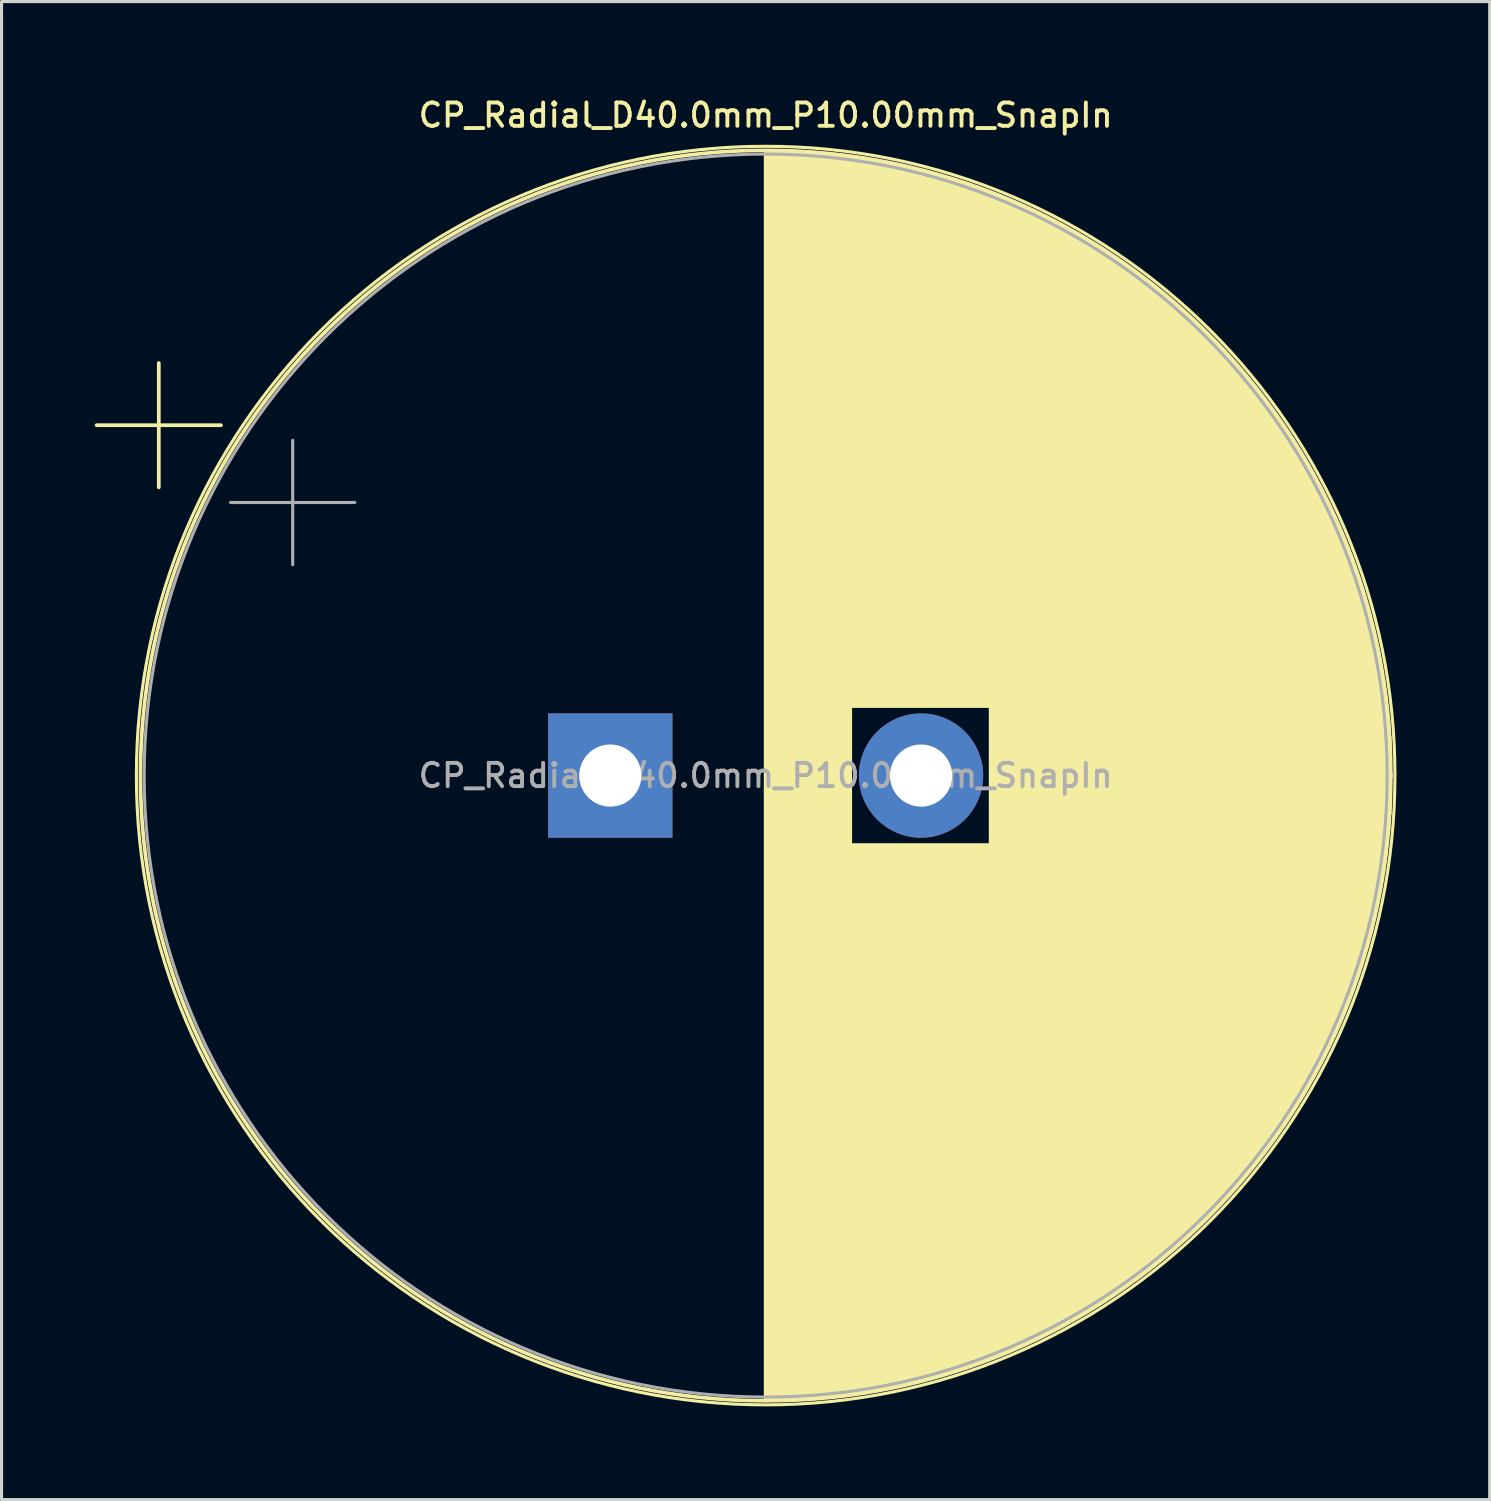
<source format=kicad_pcb>
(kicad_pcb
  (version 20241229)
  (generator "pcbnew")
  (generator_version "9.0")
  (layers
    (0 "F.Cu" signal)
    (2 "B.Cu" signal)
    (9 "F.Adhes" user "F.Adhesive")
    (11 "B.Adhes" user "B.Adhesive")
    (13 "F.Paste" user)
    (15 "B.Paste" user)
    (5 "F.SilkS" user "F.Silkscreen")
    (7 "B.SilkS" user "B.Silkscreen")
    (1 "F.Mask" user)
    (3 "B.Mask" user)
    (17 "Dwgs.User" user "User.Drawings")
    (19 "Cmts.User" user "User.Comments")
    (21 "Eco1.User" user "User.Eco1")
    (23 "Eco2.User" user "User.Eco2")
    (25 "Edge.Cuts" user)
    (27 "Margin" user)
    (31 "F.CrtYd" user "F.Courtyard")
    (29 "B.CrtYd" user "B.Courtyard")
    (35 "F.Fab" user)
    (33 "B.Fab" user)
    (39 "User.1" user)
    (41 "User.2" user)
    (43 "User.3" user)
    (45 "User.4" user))
  (footprint "CP_Radial_D40.0mm_P10.00mm_SnapIn"
    (layer "F.Cu")
    (at 16.589 21.908)
    (property "Reference" "CP_Radial_D40.0mm_P10.00mm_SnapIn" (at 5 -21.25 0) (layer "F.SilkS") (effects (font (size 0.75 0.75) (thickness 0.125))))
    (attr through_hole)
    (fp_line (start -16.529 -11.275) (end -12.529 -11.275) (stroke (width 0.12) (type solid)) (layer "F.SilkS"))
    (fp_line (start -14.529 -13.275) (end -14.529 -9.275) (stroke (width 0.12) (type solid)) (layer "F.SilkS"))
    (fp_line (start 5 -20.08) (end 5 20.08) (stroke (width 0.12) (type solid)) (layer "F.SilkS"))
    (fp_line (start 5.04 -20.08) (end 5.04 20.08) (stroke (width 0.12) (type solid)) (layer "F.SilkS"))
    (fp_line (start 5.08 -20.08) (end 5.08 20.08) (stroke (width 0.12) (type solid)) (layer "F.SilkS"))
    (fp_line (start 5.12 -20.08) (end 5.12 20.08) (stroke (width 0.12) (type solid)) (layer "F.SilkS"))
    (fp_line (start 5.16 -20.08) (end 5.16 20.08) (stroke (width 0.12) (type solid)) (layer "F.SilkS"))
    (fp_line (start 5.2 -20.08) (end 5.2 20.08) (stroke (width 0.12) (type solid)) (layer "F.SilkS"))
    (fp_line (start 5.24 -20.079) (end 5.24 20.079) (stroke (width 0.12) (type solid)) (layer "F.SilkS"))
    (fp_line (start 5.28 -20.079) (end 5.28 20.079) (stroke (width 0.12) (type solid)) (layer "F.SilkS"))
    (fp_line (start 5.32 -20.078) (end 5.32 20.078) (stroke (width 0.12) (type solid)) (layer "F.SilkS"))
    (fp_line (start 5.36 -20.077) (end 5.36 20.077) (stroke (width 0.12) (type solid)) (layer "F.SilkS"))
    (fp_line (start 5.4 -20.077) (end 5.4 20.077) (stroke (width 0.12) (type solid)) (layer "F.SilkS"))
    (fp_line (start 5.44 -20.076) (end 5.44 20.076) (stroke (width 0.12) (type solid)) (layer "F.SilkS"))
    (fp_line (start 5.48 -20.075) (end 5.48 20.075) (stroke (width 0.12) (type solid)) (layer "F.SilkS"))
    (fp_line (start 5.52 -20.074) (end 5.52 20.074) (stroke (width 0.12) (type solid)) (layer "F.SilkS"))
    (fp_line (start 5.56 -20.073) (end 5.56 20.073) (stroke (width 0.12) (type solid)) (layer "F.SilkS"))
    (fp_line (start 5.6 -20.072) (end 5.6 20.072) (stroke (width 0.12) (type solid)) (layer "F.SilkS"))
    (fp_line (start 5.64 -20.07) (end 5.64 20.07) (stroke (width 0.12) (type solid)) (layer "F.SilkS"))
    (fp_line (start 5.68 -20.069) (end 5.68 20.069) (stroke (width 0.12) (type solid)) (layer "F.SilkS"))
    (fp_line (start 5.721 -20.068) (end 5.721 20.068) (stroke (width 0.12) (type solid)) (layer "F.SilkS"))
    (fp_line (start 5.761 -20.066) (end 5.761 20.066) (stroke (width 0.12) (type solid)) (layer "F.SilkS"))
    (fp_line (start 5.801 -20.065) (end 5.801 20.065) (stroke (width 0.12) (type solid)) (layer "F.SilkS"))
    (fp_line (start 5.841 -20.063) (end 5.841 20.063) (stroke (width 0.12) (type solid)) (layer "F.SilkS"))
    (fp_line (start 5.881 -20.061) (end 5.881 20.061) (stroke (width 0.12) (type solid)) (layer "F.SilkS"))
    (fp_line (start 5.921 -20.059) (end 5.921 20.059) (stroke (width 0.12) (type solid)) (layer "F.SilkS"))
    (fp_line (start 5.961 -20.058) (end 5.961 20.058) (stroke (width 0.12) (type solid)) (layer "F.SilkS"))
    (fp_line (start 6.001 -20.056) (end 6.001 20.056) (stroke (width 0.12) (type solid)) (layer "F.SilkS"))
    (fp_line (start 6.041 -20.054) (end 6.041 20.054) (stroke (width 0.12) (type solid)) (layer "F.SilkS"))
    (fp_line (start 6.081 -20.051) (end 6.081 20.051) (stroke (width 0.12) (type solid)) (layer "F.SilkS"))
    (fp_line (start 6.121 -20.049) (end 6.121 20.049) (stroke (width 0.12) (type solid)) (layer "F.SilkS"))
    (fp_line (start 6.161 -20.047) (end 6.161 20.047) (stroke (width 0.12) (type solid)) (layer "F.SilkS"))
    (fp_line (start 6.201 -20.045) (end 6.201 20.045) (stroke (width 0.12) (type solid)) (layer "F.SilkS"))
    (fp_line (start 6.241 -20.042) (end 6.241 20.042) (stroke (width 0.12) (type solid)) (layer "F.SilkS"))
    (fp_line (start 6.281 -20.04) (end 6.281 20.04) (stroke (width 0.12) (type solid)) (layer "F.SilkS"))
    (fp_line (start 6.321 -20.037) (end 6.321 20.037) (stroke (width 0.12) (type solid)) (layer "F.SilkS"))
    (fp_line (start 6.361 -20.034) (end 6.361 20.034) (stroke (width 0.12) (type solid)) (layer "F.SilkS"))
    (fp_line (start 6.401 -20.032) (end 6.401 20.032) (stroke (width 0.12) (type solid)) (layer "F.SilkS"))
    (fp_line (start 6.441 -20.029) (end 6.441 20.029) (stroke (width 0.12) (type solid)) (layer "F.SilkS"))
    (fp_line (start 6.481 -20.026) (end 6.481 20.026) (stroke (width 0.12) (type solid)) (layer "F.SilkS"))
    (fp_line (start 6.521 -20.023) (end 6.521 20.023) (stroke (width 0.12) (type solid)) (layer "F.SilkS"))
    (fp_line (start 6.561 -20.02) (end 6.561 20.02) (stroke (width 0.12) (type solid)) (layer "F.SilkS"))
    (fp_line (start 6.601 -20.017) (end 6.601 20.017) (stroke (width 0.12) (type solid)) (layer "F.SilkS"))
    (fp_line (start 6.641 -20.014) (end 6.641 20.014) (stroke (width 0.12) (type solid)) (layer "F.SilkS"))
    (fp_line (start 6.681 -20.01) (end 6.681 20.01) (stroke (width 0.12) (type solid)) (layer "F.SilkS"))
    (fp_line (start 6.721 -20.007) (end 6.721 20.007) (stroke (width 0.12) (type solid)) (layer "F.SilkS"))
    (fp_line (start 6.761 -20.003) (end 6.761 20.003) (stroke (width 0.12) (type solid)) (layer "F.SilkS"))
    (fp_line (start 6.801 -20) (end 6.801 20) (stroke (width 0.12) (type solid)) (layer "F.SilkS"))
    (fp_line (start 6.841 -19.996) (end 6.841 19.996) (stroke (width 0.12) (type solid)) (layer "F.SilkS"))
    (fp_line (start 6.881 -19.992) (end 6.881 19.992) (stroke (width 0.12) (type solid)) (layer "F.SilkS"))
    (fp_line (start 6.921 -19.989) (end 6.921 19.989) (stroke (width 0.12) (type solid)) (layer "F.SilkS"))
    (fp_line (start 6.961 -19.985) (end 6.961 19.985) (stroke (width 0.12) (type solid)) (layer "F.SilkS"))
    (fp_line (start 7.001 -19.981) (end 7.001 19.981) (stroke (width 0.12) (type solid)) (layer "F.SilkS"))
    (fp_line (start 7.041 -19.977) (end 7.041 19.977) (stroke (width 0.12) (type solid)) (layer "F.SilkS"))
    (fp_line (start 7.081 -19.973) (end 7.081 19.973) (stroke (width 0.12) (type solid)) (layer "F.SilkS"))
    (fp_line (start 7.121 -19.968) (end 7.121 19.968) (stroke (width 0.12) (type solid)) (layer "F.SilkS"))
    (fp_line (start 7.161 -19.964) (end 7.161 19.964) (stroke (width 0.12) (type solid)) (layer "F.SilkS"))
    (fp_line (start 7.201 -19.96) (end 7.201 19.96) (stroke (width 0.12) (type solid)) (layer "F.SilkS"))
    (fp_line (start 7.241 -19.955) (end 7.241 19.955) (stroke (width 0.12) (type solid)) (layer "F.SilkS"))
    (fp_line (start 7.281 -19.951) (end 7.281 19.951) (stroke (width 0.12) (type solid)) (layer "F.SilkS"))
    (fp_line (start 7.321 -19.946) (end 7.321 19.946) (stroke (width 0.12) (type solid)) (layer "F.SilkS"))
    (fp_line (start 7.361 -19.942) (end 7.361 19.942) (stroke (width 0.12) (type solid)) (layer "F.SilkS"))
    (fp_line (start 7.401 -19.937) (end 7.401 19.937) (stroke (width 0.12) (type solid)) (layer "F.SilkS"))
    (fp_line (start 7.441 -19.932) (end 7.441 19.932) (stroke (width 0.12) (type solid)) (layer "F.SilkS"))
    (fp_line (start 7.481 -19.927) (end 7.481 19.927) (stroke (width 0.12) (type solid)) (layer "F.SilkS"))
    (fp_line (start 7.521 -19.922) (end 7.521 19.922) (stroke (width 0.12) (type solid)) (layer "F.SilkS"))
    (fp_line (start 7.561 -19.917) (end 7.561 19.917) (stroke (width 0.12) (type solid)) (layer "F.SilkS"))
    (fp_line (start 7.601 -19.912) (end 7.601 19.912) (stroke (width 0.12) (type solid)) (layer "F.SilkS"))
    (fp_line (start 7.641 -19.907) (end 7.641 19.907) (stroke (width 0.12) (type solid)) (layer "F.SilkS"))
    (fp_line (start 7.681 -19.901) (end 7.681 19.901) (stroke (width 0.12) (type solid)) (layer "F.SilkS"))
    (fp_line (start 7.721 -19.896) (end 7.721 19.896) (stroke (width 0.12) (type solid)) (layer "F.SilkS"))
    (fp_line (start 7.761 -19.89) (end 7.761 -2.24) (stroke (width 0.12) (type solid)) (layer "F.SilkS"))
    (fp_line (start 7.761 2.24) (end 7.761 19.89) (stroke (width 0.12) (type solid)) (layer "F.SilkS"))
    (fp_line (start 7.801 -19.885) (end 7.801 -2.24) (stroke (width 0.12) (type solid)) (layer "F.SilkS"))
    (fp_line (start 7.801 2.24) (end 7.801 19.885) (stroke (width 0.12) (type solid)) (layer "F.SilkS"))
    (fp_line (start 7.841 -19.879) (end 7.841 -2.24) (stroke (width 0.12) (type solid)) (layer "F.SilkS"))
    (fp_line (start 7.841 2.24) (end 7.841 19.879) (stroke (width 0.12) (type solid)) (layer "F.SilkS"))
    (fp_line (start 7.881 -19.873) (end 7.881 -2.24) (stroke (width 0.12) (type solid)) (layer "F.SilkS"))
    (fp_line (start 7.881 2.24) (end 7.881 19.873) (stroke (width 0.12) (type solid)) (layer "F.SilkS"))
    (fp_line (start 7.921 -19.867) (end 7.921 -2.24) (stroke (width 0.12) (type solid)) (layer "F.SilkS"))
    (fp_line (start 7.921 2.24) (end 7.921 19.867) (stroke (width 0.12) (type solid)) (layer "F.SilkS"))
    (fp_line (start 7.961 -19.862) (end 7.961 -2.24) (stroke (width 0.12) (type solid)) (layer "F.SilkS"))
    (fp_line (start 7.961 2.24) (end 7.961 19.862) (stroke (width 0.12) (type solid)) (layer "F.SilkS"))
    (fp_line (start 8.001 -19.856) (end 8.001 -2.24) (stroke (width 0.12) (type solid)) (layer "F.SilkS"))
    (fp_line (start 8.001 2.24) (end 8.001 19.856) (stroke (width 0.12) (type solid)) (layer "F.SilkS"))
    (fp_line (start 8.041 -19.85) (end 8.041 -2.24) (stroke (width 0.12) (type solid)) (layer "F.SilkS"))
    (fp_line (start 8.041 2.24) (end 8.041 19.85) (stroke (width 0.12) (type solid)) (layer "F.SilkS"))
    (fp_line (start 8.081 -19.843) (end 8.081 -2.24) (stroke (width 0.12) (type solid)) (layer "F.SilkS"))
    (fp_line (start 8.081 2.24) (end 8.081 19.843) (stroke (width 0.12) (type solid)) (layer "F.SilkS"))
    (fp_line (start 8.121 -19.837) (end 8.121 -2.24) (stroke (width 0.12) (type solid)) (layer "F.SilkS"))
    (fp_line (start 8.121 2.24) (end 8.121 19.837) (stroke (width 0.12) (type solid)) (layer "F.SilkS"))
    (fp_line (start 8.161 -19.831) (end 8.161 -2.24) (stroke (width 0.12) (type solid)) (layer "F.SilkS"))
    (fp_line (start 8.161 2.24) (end 8.161 19.831) (stroke (width 0.12) (type solid)) (layer "F.SilkS"))
    (fp_line (start 8.201 -19.824) (end 8.201 -2.24) (stroke (width 0.12) (type solid)) (layer "F.SilkS"))
    (fp_line (start 8.201 2.24) (end 8.201 19.824) (stroke (width 0.12) (type solid)) (layer "F.SilkS"))
    (fp_line (start 8.241 -19.818) (end 8.241 -2.24) (stroke (width 0.12) (type solid)) (layer "F.SilkS"))
    (fp_line (start 8.241 2.24) (end 8.241 19.818) (stroke (width 0.12) (type solid)) (layer "F.SilkS"))
    (fp_line (start 8.281 -19.811) (end 8.281 -2.24) (stroke (width 0.12) (type solid)) (layer "F.SilkS"))
    (fp_line (start 8.281 2.24) (end 8.281 19.811) (stroke (width 0.12) (type solid)) (layer "F.SilkS"))
    (fp_line (start 8.321 -19.805) (end 8.321 -2.24) (stroke (width 0.12) (type solid)) (layer "F.SilkS"))
    (fp_line (start 8.321 2.24) (end 8.321 19.805) (stroke (width 0.12) (type solid)) (layer "F.SilkS"))
    (fp_line (start 8.361 -19.798) (end 8.361 -2.24) (stroke (width 0.12) (type solid)) (layer "F.SilkS"))
    (fp_line (start 8.361 2.24) (end 8.361 19.798) (stroke (width 0.12) (type solid)) (layer "F.SilkS"))
    (fp_line (start 8.401 -19.791) (end 8.401 -2.24) (stroke (width 0.12) (type solid)) (layer "F.SilkS"))
    (fp_line (start 8.401 2.24) (end 8.401 19.791) (stroke (width 0.12) (type solid)) (layer "F.SilkS"))
    (fp_line (start 8.441 -19.784) (end 8.441 -2.24) (stroke (width 0.12) (type solid)) (layer "F.SilkS"))
    (fp_line (start 8.441 2.24) (end 8.441 19.784) (stroke (width 0.12) (type solid)) (layer "F.SilkS"))
    (fp_line (start 8.481 -19.777) (end 8.481 -2.24) (stroke (width 0.12) (type solid)) (layer "F.SilkS"))
    (fp_line (start 8.481 2.24) (end 8.481 19.777) (stroke (width 0.12) (type solid)) (layer "F.SilkS"))
    (fp_line (start 8.521 -19.77) (end 8.521 -2.24) (stroke (width 0.12) (type solid)) (layer "F.SilkS"))
    (fp_line (start 8.521 2.24) (end 8.521 19.77) (stroke (width 0.12) (type solid)) (layer "F.SilkS"))
    (fp_line (start 8.561 -19.763) (end 8.561 -2.24) (stroke (width 0.12) (type solid)) (layer "F.SilkS"))
    (fp_line (start 8.561 2.24) (end 8.561 19.763) (stroke (width 0.12) (type solid)) (layer "F.SilkS"))
    (fp_line (start 8.601 -19.756) (end 8.601 -2.24) (stroke (width 0.12) (type solid)) (layer "F.SilkS"))
    (fp_line (start 8.601 2.24) (end 8.601 19.756) (stroke (width 0.12) (type solid)) (layer "F.SilkS"))
    (fp_line (start 8.641 -19.748) (end 8.641 -2.24) (stroke (width 0.12) (type solid)) (layer "F.SilkS"))
    (fp_line (start 8.641 2.24) (end 8.641 19.748) (stroke (width 0.12) (type solid)) (layer "F.SilkS"))
    (fp_line (start 8.681 -19.741) (end 8.681 -2.24) (stroke (width 0.12) (type solid)) (layer "F.SilkS"))
    (fp_line (start 8.681 2.24) (end 8.681 19.741) (stroke (width 0.12) (type solid)) (layer "F.SilkS"))
    (fp_line (start 8.721 -19.734) (end 8.721 -2.24) (stroke (width 0.12) (type solid)) (layer "F.SilkS"))
    (fp_line (start 8.721 2.24) (end 8.721 19.734) (stroke (width 0.12) (type solid)) (layer "F.SilkS"))
    (fp_line (start 8.761 -19.726) (end 8.761 -2.24) (stroke (width 0.12) (type solid)) (layer "F.SilkS"))
    (fp_line (start 8.761 2.24) (end 8.761 19.726) (stroke (width 0.12) (type solid)) (layer "F.SilkS"))
    (fp_line (start 8.801 -19.718) (end 8.801 -2.24) (stroke (width 0.12) (type solid)) (layer "F.SilkS"))
    (fp_line (start 8.801 2.24) (end 8.801 19.718) (stroke (width 0.12) (type solid)) (layer "F.SilkS"))
    (fp_line (start 8.841 -19.711) (end 8.841 -2.24) (stroke (width 0.12) (type solid)) (layer "F.SilkS"))
    (fp_line (start 8.841 2.24) (end 8.841 19.711) (stroke (width 0.12) (type solid)) (layer "F.SilkS"))
    (fp_line (start 8.881 -19.703) (end 8.881 -2.24) (stroke (width 0.12) (type solid)) (layer "F.SilkS"))
    (fp_line (start 8.881 2.24) (end 8.881 19.703) (stroke (width 0.12) (type solid)) (layer "F.SilkS"))
    (fp_line (start 8.921 -19.695) (end 8.921 -2.24) (stroke (width 0.12) (type solid)) (layer "F.SilkS"))
    (fp_line (start 8.921 2.24) (end 8.921 19.695) (stroke (width 0.12) (type solid)) (layer "F.SilkS"))
    (fp_line (start 8.961 -19.687) (end 8.961 -2.24) (stroke (width 0.12) (type solid)) (layer "F.SilkS"))
    (fp_line (start 8.961 2.24) (end 8.961 19.687) (stroke (width 0.12) (type solid)) (layer "F.SilkS"))
    (fp_line (start 9.001 -19.679) (end 9.001 -2.24) (stroke (width 0.12) (type solid)) (layer "F.SilkS"))
    (fp_line (start 9.001 2.24) (end 9.001 19.679) (stroke (width 0.12) (type solid)) (layer "F.SilkS"))
    (fp_line (start 9.041 -19.671) (end 9.041 -2.24) (stroke (width 0.12) (type solid)) (layer "F.SilkS"))
    (fp_line (start 9.041 2.24) (end 9.041 19.671) (stroke (width 0.12) (type solid)) (layer "F.SilkS"))
    (fp_line (start 9.081 -19.662) (end 9.081 -2.24) (stroke (width 0.12) (type solid)) (layer "F.SilkS"))
    (fp_line (start 9.081 2.24) (end 9.081 19.662) (stroke (width 0.12) (type solid)) (layer "F.SilkS"))
    (fp_line (start 9.121 -19.654) (end 9.121 -2.24) (stroke (width 0.12) (type solid)) (layer "F.SilkS"))
    (fp_line (start 9.121 2.24) (end 9.121 19.654) (stroke (width 0.12) (type solid)) (layer "F.SilkS"))
    (fp_line (start 9.161 -19.646) (end 9.161 -2.24) (stroke (width 0.12) (type solid)) (layer "F.SilkS"))
    (fp_line (start 9.161 2.24) (end 9.161 19.646) (stroke (width 0.12) (type solid)) (layer "F.SilkS"))
    (fp_line (start 9.201 -19.637) (end 9.201 -2.24) (stroke (width 0.12) (type solid)) (layer "F.SilkS"))
    (fp_line (start 9.201 2.24) (end 9.201 19.637) (stroke (width 0.12) (type solid)) (layer "F.SilkS"))
    (fp_line (start 9.241 -19.629) (end 9.241 -2.24) (stroke (width 0.12) (type solid)) (layer "F.SilkS"))
    (fp_line (start 9.241 2.24) (end 9.241 19.629) (stroke (width 0.12) (type solid)) (layer "F.SilkS"))
    (fp_line (start 9.281 -19.62) (end 9.281 -2.24) (stroke (width 0.12) (type solid)) (layer "F.SilkS"))
    (fp_line (start 9.281 2.24) (end 9.281 19.62) (stroke (width 0.12) (type solid)) (layer "F.SilkS"))
    (fp_line (start 9.321 -19.611) (end 9.321 -2.24) (stroke (width 0.12) (type solid)) (layer "F.SilkS"))
    (fp_line (start 9.321 2.24) (end 9.321 19.611) (stroke (width 0.12) (type solid)) (layer "F.SilkS"))
    (fp_line (start 9.361 -19.602) (end 9.361 -2.24) (stroke (width 0.12) (type solid)) (layer "F.SilkS"))
    (fp_line (start 9.361 2.24) (end 9.361 19.602) (stroke (width 0.12) (type solid)) (layer "F.SilkS"))
    (fp_line (start 9.401 -19.593) (end 9.401 -2.24) (stroke (width 0.12) (type solid)) (layer "F.SilkS"))
    (fp_line (start 9.401 2.24) (end 9.401 19.593) (stroke (width 0.12) (type solid)) (layer "F.SilkS"))
    (fp_line (start 9.441 -19.584) (end 9.441 -2.24) (stroke (width 0.12) (type solid)) (layer "F.SilkS"))
    (fp_line (start 9.441 2.24) (end 9.441 19.584) (stroke (width 0.12) (type solid)) (layer "F.SilkS"))
    (fp_line (start 9.481 -19.575) (end 9.481 -2.24) (stroke (width 0.12) (type solid)) (layer "F.SilkS"))
    (fp_line (start 9.481 2.24) (end 9.481 19.575) (stroke (width 0.12) (type solid)) (layer "F.SilkS"))
    (fp_line (start 9.521 -19.566) (end 9.521 -2.24) (stroke (width 0.12) (type solid)) (layer "F.SilkS"))
    (fp_line (start 9.521 2.24) (end 9.521 19.566) (stroke (width 0.12) (type solid)) (layer "F.SilkS"))
    (fp_line (start 9.561 -19.557) (end 9.561 -2.24) (stroke (width 0.12) (type solid)) (layer "F.SilkS"))
    (fp_line (start 9.561 2.24) (end 9.561 19.557) (stroke (width 0.12) (type solid)) (layer "F.SilkS"))
    (fp_line (start 9.601 -19.548) (end 9.601 -2.24) (stroke (width 0.12) (type solid)) (layer "F.SilkS"))
    (fp_line (start 9.601 2.24) (end 9.601 19.548) (stroke (width 0.12) (type solid)) (layer "F.SilkS"))
    (fp_line (start 9.641 -19.538) (end 9.641 -2.24) (stroke (width 0.12) (type solid)) (layer "F.SilkS"))
    (fp_line (start 9.641 2.24) (end 9.641 19.538) (stroke (width 0.12) (type solid)) (layer "F.SilkS"))
    (fp_line (start 9.681 -19.529) (end 9.681 -2.24) (stroke (width 0.12) (type solid)) (layer "F.SilkS"))
    (fp_line (start 9.681 2.24) (end 9.681 19.529) (stroke (width 0.12) (type solid)) (layer "F.SilkS"))
    (fp_line (start 9.721 -19.519) (end 9.721 -2.24) (stroke (width 0.12) (type solid)) (layer "F.SilkS"))
    (fp_line (start 9.721 2.24) (end 9.721 19.519) (stroke (width 0.12) (type solid)) (layer "F.SilkS"))
    (fp_line (start 9.761 -19.509) (end 9.761 -2.24) (stroke (width 0.12) (type solid)) (layer "F.SilkS"))
    (fp_line (start 9.761 2.24) (end 9.761 19.509) (stroke (width 0.12) (type solid)) (layer "F.SilkS"))
    (fp_line (start 9.801 -19.5) (end 9.801 -2.24) (stroke (width 0.12) (type solid)) (layer "F.SilkS"))
    (fp_line (start 9.801 2.24) (end 9.801 19.5) (stroke (width 0.12) (type solid)) (layer "F.SilkS"))
    (fp_line (start 9.841 -19.49) (end 9.841 -2.24) (stroke (width 0.12) (type solid)) (layer "F.SilkS"))
    (fp_line (start 9.841 2.24) (end 9.841 19.49) (stroke (width 0.12) (type solid)) (layer "F.SilkS"))
    (fp_line (start 9.881 -19.48) (end 9.881 -2.24) (stroke (width 0.12) (type solid)) (layer "F.SilkS"))
    (fp_line (start 9.881 2.24) (end 9.881 19.48) (stroke (width 0.12) (type solid)) (layer "F.SilkS"))
    (fp_line (start 9.921 -19.47) (end 9.921 -2.24) (stroke (width 0.12) (type solid)) (layer "F.SilkS"))
    (fp_line (start 9.921 2.24) (end 9.921 19.47) (stroke (width 0.12) (type solid)) (layer "F.SilkS"))
    (fp_line (start 9.961 -19.46) (end 9.961 -2.24) (stroke (width 0.12) (type solid)) (layer "F.SilkS"))
    (fp_line (start 9.961 2.24) (end 9.961 19.46) (stroke (width 0.12) (type solid)) (layer "F.SilkS"))
    (fp_line (start 10.001 -19.449) (end 10.001 -2.24) (stroke (width 0.12) (type solid)) (layer "F.SilkS"))
    (fp_line (start 10.001 2.24) (end 10.001 19.449) (stroke (width 0.12) (type solid)) (layer "F.SilkS"))
    (fp_line (start 10.041 -19.439) (end 10.041 -2.24) (stroke (width 0.12) (type solid)) (layer "F.SilkS"))
    (fp_line (start 10.041 2.24) (end 10.041 19.439) (stroke (width 0.12) (type solid)) (layer "F.SilkS"))
    (fp_line (start 10.081 -19.429) (end 10.081 -2.24) (stroke (width 0.12) (type solid)) (layer "F.SilkS"))
    (fp_line (start 10.081 2.24) (end 10.081 19.429) (stroke (width 0.12) (type solid)) (layer "F.SilkS"))
    (fp_line (start 10.121 -19.418) (end 10.121 -2.24) (stroke (width 0.12) (type solid)) (layer "F.SilkS"))
    (fp_line (start 10.121 2.24) (end 10.121 19.418) (stroke (width 0.12) (type solid)) (layer "F.SilkS"))
    (fp_line (start 10.161 -19.408) (end 10.161 -2.24) (stroke (width 0.12) (type solid)) (layer "F.SilkS"))
    (fp_line (start 10.161 2.24) (end 10.161 19.408) (stroke (width 0.12) (type solid)) (layer "F.SilkS"))
    (fp_line (start 10.201 -19.397) (end 10.201 -2.24) (stroke (width 0.12) (type solid)) (layer "F.SilkS"))
    (fp_line (start 10.201 2.24) (end 10.201 19.397) (stroke (width 0.12) (type solid)) (layer "F.SilkS"))
    (fp_line (start 10.241 -19.386) (end 10.241 -2.24) (stroke (width 0.12) (type solid)) (layer "F.SilkS"))
    (fp_line (start 10.241 2.24) (end 10.241 19.386) (stroke (width 0.12) (type solid)) (layer "F.SilkS"))
    (fp_line (start 10.281 -19.375) (end 10.281 -2.24) (stroke (width 0.12) (type solid)) (layer "F.SilkS"))
    (fp_line (start 10.281 2.24) (end 10.281 19.375) (stroke (width 0.12) (type solid)) (layer "F.SilkS"))
    (fp_line (start 10.321 -19.364) (end 10.321 -2.24) (stroke (width 0.12) (type solid)) (layer "F.SilkS"))
    (fp_line (start 10.321 2.24) (end 10.321 19.364) (stroke (width 0.12) (type solid)) (layer "F.SilkS"))
    (fp_line (start 10.361 -19.353) (end 10.361 -2.24) (stroke (width 0.12) (type solid)) (layer "F.SilkS"))
    (fp_line (start 10.361 2.24) (end 10.361 19.353) (stroke (width 0.12) (type solid)) (layer "F.SilkS"))
    (fp_line (start 10.401 -19.342) (end 10.401 -2.24) (stroke (width 0.12) (type solid)) (layer "F.SilkS"))
    (fp_line (start 10.401 2.24) (end 10.401 19.342) (stroke (width 0.12) (type solid)) (layer "F.SilkS"))
    (fp_line (start 10.441 -19.331) (end 10.441 -2.24) (stroke (width 0.12) (type solid)) (layer "F.SilkS"))
    (fp_line (start 10.441 2.24) (end 10.441 19.331) (stroke (width 0.12) (type solid)) (layer "F.SilkS"))
    (fp_line (start 10.481 -19.32) (end 10.481 -2.24) (stroke (width 0.12) (type solid)) (layer "F.SilkS"))
    (fp_line (start 10.481 2.24) (end 10.481 19.32) (stroke (width 0.12) (type solid)) (layer "F.SilkS"))
    (fp_line (start 10.521 -19.308) (end 10.521 -2.24) (stroke (width 0.12) (type solid)) (layer "F.SilkS"))
    (fp_line (start 10.521 2.24) (end 10.521 19.308) (stroke (width 0.12) (type solid)) (layer "F.SilkS"))
    (fp_line (start 10.561 -19.297) (end 10.561 -2.24) (stroke (width 0.12) (type solid)) (layer "F.SilkS"))
    (fp_line (start 10.561 2.24) (end 10.561 19.297) (stroke (width 0.12) (type solid)) (layer "F.SilkS"))
    (fp_line (start 10.601 -19.285) (end 10.601 -2.24) (stroke (width 0.12) (type solid)) (layer "F.SilkS"))
    (fp_line (start 10.601 2.24) (end 10.601 19.285) (stroke (width 0.12) (type solid)) (layer "F.SilkS"))
    (fp_line (start 10.641 -19.274) (end 10.641 -2.24) (stroke (width 0.12) (type solid)) (layer "F.SilkS"))
    (fp_line (start 10.641 2.24) (end 10.641 19.274) (stroke (width 0.12) (type solid)) (layer "F.SilkS"))
    (fp_line (start 10.681 -19.262) (end 10.681 -2.24) (stroke (width 0.12) (type solid)) (layer "F.SilkS"))
    (fp_line (start 10.681 2.24) (end 10.681 19.262) (stroke (width 0.12) (type solid)) (layer "F.SilkS"))
    (fp_line (start 10.721 -19.25) (end 10.721 -2.24) (stroke (width 0.12) (type solid)) (layer "F.SilkS"))
    (fp_line (start 10.721 2.24) (end 10.721 19.25) (stroke (width 0.12) (type solid)) (layer "F.SilkS"))
    (fp_line (start 10.761 -19.238) (end 10.761 -2.24) (stroke (width 0.12) (type solid)) (layer "F.SilkS"))
    (fp_line (start 10.761 2.24) (end 10.761 19.238) (stroke (width 0.12) (type solid)) (layer "F.SilkS"))
    (fp_line (start 10.801 -19.226) (end 10.801 -2.24) (stroke (width 0.12) (type solid)) (layer "F.SilkS"))
    (fp_line (start 10.801 2.24) (end 10.801 19.226) (stroke (width 0.12) (type solid)) (layer "F.SilkS"))
    (fp_line (start 10.841 -19.214) (end 10.841 -2.24) (stroke (width 0.12) (type solid)) (layer "F.SilkS"))
    (fp_line (start 10.841 2.24) (end 10.841 19.214) (stroke (width 0.12) (type solid)) (layer "F.SilkS"))
    (fp_line (start 10.881 -19.202) (end 10.881 -2.24) (stroke (width 0.12) (type solid)) (layer "F.SilkS"))
    (fp_line (start 10.881 2.24) (end 10.881 19.202) (stroke (width 0.12) (type solid)) (layer "F.SilkS"))
    (fp_line (start 10.921 -19.19) (end 10.921 -2.24) (stroke (width 0.12) (type solid)) (layer "F.SilkS"))
    (fp_line (start 10.921 2.24) (end 10.921 19.19) (stroke (width 0.12) (type solid)) (layer "F.SilkS"))
    (fp_line (start 10.961 -19.177) (end 10.961 -2.24) (stroke (width 0.12) (type solid)) (layer "F.SilkS"))
    (fp_line (start 10.961 2.24) (end 10.961 19.177) (stroke (width 0.12) (type solid)) (layer "F.SilkS"))
    (fp_line (start 11.001 -19.165) (end 11.001 -2.24) (stroke (width 0.12) (type solid)) (layer "F.SilkS"))
    (fp_line (start 11.001 2.24) (end 11.001 19.165) (stroke (width 0.12) (type solid)) (layer "F.SilkS"))
    (fp_line (start 11.041 -19.152) (end 11.041 -2.24) (stroke (width 0.12) (type solid)) (layer "F.SilkS"))
    (fp_line (start 11.041 2.24) (end 11.041 19.152) (stroke (width 0.12) (type solid)) (layer "F.SilkS"))
    (fp_line (start 11.081 -19.14) (end 11.081 -2.24) (stroke (width 0.12) (type solid)) (layer "F.SilkS"))
    (fp_line (start 11.081 2.24) (end 11.081 19.14) (stroke (width 0.12) (type solid)) (layer "F.SilkS"))
    (fp_line (start 11.121 -19.127) (end 11.121 -2.24) (stroke (width 0.12) (type solid)) (layer "F.SilkS"))
    (fp_line (start 11.121 2.24) (end 11.121 19.127) (stroke (width 0.12) (type solid)) (layer "F.SilkS"))
    (fp_line (start 11.161 -19.114) (end 11.161 -2.24) (stroke (width 0.12) (type solid)) (layer "F.SilkS"))
    (fp_line (start 11.161 2.24) (end 11.161 19.114) (stroke (width 0.12) (type solid)) (layer "F.SilkS"))
    (fp_line (start 11.201 -19.101) (end 11.201 -2.24) (stroke (width 0.12) (type solid)) (layer "F.SilkS"))
    (fp_line (start 11.201 2.24) (end 11.201 19.101) (stroke (width 0.12) (type solid)) (layer "F.SilkS"))
    (fp_line (start 11.241 -19.088) (end 11.241 -2.24) (stroke (width 0.12) (type solid)) (layer "F.SilkS"))
    (fp_line (start 11.241 2.24) (end 11.241 19.088) (stroke (width 0.12) (type solid)) (layer "F.SilkS"))
    (fp_line (start 11.281 -19.075) (end 11.281 -2.24) (stroke (width 0.12) (type solid)) (layer "F.SilkS"))
    (fp_line (start 11.281 2.24) (end 11.281 19.075) (stroke (width 0.12) (type solid)) (layer "F.SilkS"))
    (fp_line (start 11.321 -19.062) (end 11.321 -2.24) (stroke (width 0.12) (type solid)) (layer "F.SilkS"))
    (fp_line (start 11.321 2.24) (end 11.321 19.062) (stroke (width 0.12) (type solid)) (layer "F.SilkS"))
    (fp_line (start 11.361 -19.049) (end 11.361 -2.24) (stroke (width 0.12) (type solid)) (layer "F.SilkS"))
    (fp_line (start 11.361 2.24) (end 11.361 19.049) (stroke (width 0.12) (type solid)) (layer "F.SilkS"))
    (fp_line (start 11.401 -19.035) (end 11.401 -2.24) (stroke (width 0.12) (type solid)) (layer "F.SilkS"))
    (fp_line (start 11.401 2.24) (end 11.401 19.035) (stroke (width 0.12) (type solid)) (layer "F.SilkS"))
    (fp_line (start 11.441 -19.022) (end 11.441 -2.24) (stroke (width 0.12) (type solid)) (layer "F.SilkS"))
    (fp_line (start 11.441 2.24) (end 11.441 19.022) (stroke (width 0.12) (type solid)) (layer "F.SilkS"))
    (fp_line (start 11.481 -19.008) (end 11.481 -2.24) (stroke (width 0.12) (type solid)) (layer "F.SilkS"))
    (fp_line (start 11.481 2.24) (end 11.481 19.008) (stroke (width 0.12) (type solid)) (layer "F.SilkS"))
    (fp_line (start 11.521 -18.995) (end 11.521 -2.24) (stroke (width 0.12) (type solid)) (layer "F.SilkS"))
    (fp_line (start 11.521 2.24) (end 11.521 18.995) (stroke (width 0.12) (type solid)) (layer "F.SilkS"))
    (fp_line (start 11.561 -18.981) (end 11.561 -2.24) (stroke (width 0.12) (type solid)) (layer "F.SilkS"))
    (fp_line (start 11.561 2.24) (end 11.561 18.981) (stroke (width 0.12) (type solid)) (layer "F.SilkS"))
    (fp_line (start 11.601 -18.967) (end 11.601 -2.24) (stroke (width 0.12) (type solid)) (layer "F.SilkS"))
    (fp_line (start 11.601 2.24) (end 11.601 18.967) (stroke (width 0.12) (type solid)) (layer "F.SilkS"))
    (fp_line (start 11.641 -18.953) (end 11.641 -2.24) (stroke (width 0.12) (type solid)) (layer "F.SilkS"))
    (fp_line (start 11.641 2.24) (end 11.641 18.953) (stroke (width 0.12) (type solid)) (layer "F.SilkS"))
    (fp_line (start 11.681 -18.939) (end 11.681 -2.24) (stroke (width 0.12) (type solid)) (layer "F.SilkS"))
    (fp_line (start 11.681 2.24) (end 11.681 18.939) (stroke (width 0.12) (type solid)) (layer "F.SilkS"))
    (fp_line (start 11.721 -18.925) (end 11.721 -2.24) (stroke (width 0.12) (type solid)) (layer "F.SilkS"))
    (fp_line (start 11.721 2.24) (end 11.721 18.925) (stroke (width 0.12) (type solid)) (layer "F.SilkS"))
    (fp_line (start 11.761 -18.911) (end 11.761 -2.24) (stroke (width 0.12) (type solid)) (layer "F.SilkS"))
    (fp_line (start 11.761 2.24) (end 11.761 18.911) (stroke (width 0.12) (type solid)) (layer "F.SilkS"))
    (fp_line (start 11.801 -18.897) (end 11.801 -2.24) (stroke (width 0.12) (type solid)) (layer "F.SilkS"))
    (fp_line (start 11.801 2.24) (end 11.801 18.897) (stroke (width 0.12) (type solid)) (layer "F.SilkS"))
    (fp_line (start 11.841 -18.882) (end 11.841 -2.24) (stroke (width 0.12) (type solid)) (layer "F.SilkS"))
    (fp_line (start 11.841 2.24) (end 11.841 18.882) (stroke (width 0.12) (type solid)) (layer "F.SilkS"))
    (fp_line (start 11.881 -18.868) (end 11.881 -2.24) (stroke (width 0.12) (type solid)) (layer "F.SilkS"))
    (fp_line (start 11.881 2.24) (end 11.881 18.868) (stroke (width 0.12) (type solid)) (layer "F.SilkS"))
    (fp_line (start 11.921 -18.853) (end 11.921 -2.24) (stroke (width 0.12) (type solid)) (layer "F.SilkS"))
    (fp_line (start 11.921 2.24) (end 11.921 18.853) (stroke (width 0.12) (type solid)) (layer "F.SilkS"))
    (fp_line (start 11.961 -18.838) (end 11.961 -2.24) (stroke (width 0.12) (type solid)) (layer "F.SilkS"))
    (fp_line (start 11.961 2.24) (end 11.961 18.838) (stroke (width 0.12) (type solid)) (layer "F.SilkS"))
    (fp_line (start 12.001 -18.824) (end 12.001 -2.24) (stroke (width 0.12) (type solid)) (layer "F.SilkS"))
    (fp_line (start 12.001 2.24) (end 12.001 18.824) (stroke (width 0.12) (type solid)) (layer "F.SilkS"))
    (fp_line (start 12.041 -18.809) (end 12.041 -2.24) (stroke (width 0.12) (type solid)) (layer "F.SilkS"))
    (fp_line (start 12.041 2.24) (end 12.041 18.809) (stroke (width 0.12) (type solid)) (layer "F.SilkS"))
    (fp_line (start 12.081 -18.794) (end 12.081 -2.24) (stroke (width 0.12) (type solid)) (layer "F.SilkS"))
    (fp_line (start 12.081 2.24) (end 12.081 18.794) (stroke (width 0.12) (type solid)) (layer "F.SilkS"))
    (fp_line (start 12.121 -18.779) (end 12.121 -2.24) (stroke (width 0.12) (type solid)) (layer "F.SilkS"))
    (fp_line (start 12.121 2.24) (end 12.121 18.779) (stroke (width 0.12) (type solid)) (layer "F.SilkS"))
    (fp_line (start 12.161 -18.763) (end 12.161 -2.24) (stroke (width 0.12) (type solid)) (layer "F.SilkS"))
    (fp_line (start 12.161 2.24) (end 12.161 18.763) (stroke (width 0.12) (type solid)) (layer "F.SilkS"))
    (fp_line (start 12.201 -18.748) (end 12.201 -2.24) (stroke (width 0.12) (type solid)) (layer "F.SilkS"))
    (fp_line (start 12.201 2.24) (end 12.201 18.748) (stroke (width 0.12) (type solid)) (layer "F.SilkS"))
    (fp_line (start 12.241 -18.733) (end 12.241 18.733) (stroke (width 0.12) (type solid)) (layer "F.SilkS"))
    (fp_line (start 12.281 -18.717) (end 12.281 18.717) (stroke (width 0.12) (type solid)) (layer "F.SilkS"))
    (fp_line (start 12.321 -18.702) (end 12.321 18.702) (stroke (width 0.12) (type solid)) (layer "F.SilkS"))
    (fp_line (start 12.361 -18.686) (end 12.361 18.686) (stroke (width 0.12) (type solid)) (layer "F.SilkS"))
    (fp_line (start 12.401 -18.67) (end 12.401 18.67) (stroke (width 0.12) (type solid)) (layer "F.SilkS"))
    (fp_line (start 12.441 -18.654) (end 12.441 18.654) (stroke (width 0.12) (type solid)) (layer "F.SilkS"))
    (fp_line (start 12.481 -18.638) (end 12.481 18.638) (stroke (width 0.12) (type solid)) (layer "F.SilkS"))
    (fp_line (start 12.521 -18.622) (end 12.521 18.622) (stroke (width 0.12) (type solid)) (layer "F.SilkS"))
    (fp_line (start 12.561 -18.606) (end 12.561 18.606) (stroke (width 0.12) (type solid)) (layer "F.SilkS"))
    (fp_line (start 12.601 -18.59) (end 12.601 18.59) (stroke (width 0.12) (type solid)) (layer "F.SilkS"))
    (fp_line (start 12.641 -18.574) (end 12.641 18.574) (stroke (width 0.12) (type solid)) (layer "F.SilkS"))
    (fp_line (start 12.681 -18.557) (end 12.681 18.557) (stroke (width 0.12) (type solid)) (layer "F.SilkS"))
    (fp_line (start 12.721 -18.54) (end 12.721 18.54) (stroke (width 0.12) (type solid)) (layer "F.SilkS"))
    (fp_line (start 12.761 -18.524) (end 12.761 18.524) (stroke (width 0.12) (type solid)) (layer "F.SilkS"))
    (fp_line (start 12.801 -18.507) (end 12.801 18.507) (stroke (width 0.12) (type solid)) (layer "F.SilkS"))
    (fp_line (start 12.841 -18.49) (end 12.841 18.49) (stroke (width 0.12) (type solid)) (layer "F.SilkS"))
    (fp_line (start 12.881 -18.473) (end 12.881 18.473) (stroke (width 0.12) (type solid)) (layer "F.SilkS"))
    (fp_line (start 12.921 -18.456) (end 12.921 18.456) (stroke (width 0.12) (type solid)) (layer "F.SilkS"))
    (fp_line (start 12.961 -18.439) (end 12.961 18.439) (stroke (width 0.12) (type solid)) (layer "F.SilkS"))
    (fp_line (start 13.001 -18.422) (end 13.001 18.422) (stroke (width 0.12) (type solid)) (layer "F.SilkS"))
    (fp_line (start 13.041 -18.404) (end 13.041 18.404) (stroke (width 0.12) (type solid)) (layer "F.SilkS"))
    (fp_line (start 13.081 -18.387) (end 13.081 18.387) (stroke (width 0.12) (type solid)) (layer "F.SilkS"))
    (fp_line (start 13.121 -18.369) (end 13.121 18.369) (stroke (width 0.12) (type solid)) (layer "F.SilkS"))
    (fp_line (start 13.161 -18.351) (end 13.161 18.351) (stroke (width 0.12) (type solid)) (layer "F.SilkS"))
    (fp_line (start 13.2 -18.334) (end 13.2 18.334) (stroke (width 0.12) (type solid)) (layer "F.SilkS"))
    (fp_line (start 13.24 -18.316) (end 13.24 18.316) (stroke (width 0.12) (type solid)) (layer "F.SilkS"))
    (fp_line (start 13.28 -18.298) (end 13.28 18.298) (stroke (width 0.12) (type solid)) (layer "F.SilkS"))
    (fp_line (start 13.32 -18.28) (end 13.32 18.28) (stroke (width 0.12) (type solid)) (layer "F.SilkS"))
    (fp_line (start 13.36 -18.261) (end 13.36 18.261) (stroke (width 0.12) (type solid)) (layer "F.SilkS"))
    (fp_line (start 13.4 -18.243) (end 13.4 18.243) (stroke (width 0.12) (type solid)) (layer "F.SilkS"))
    (fp_line (start 13.44 -18.225) (end 13.44 18.225) (stroke (width 0.12) (type solid)) (layer "F.SilkS"))
    (fp_line (start 13.48 -18.206) (end 13.48 18.206) (stroke (width 0.12) (type solid)) (layer "F.SilkS"))
    (fp_line (start 13.52 -18.188) (end 13.52 18.188) (stroke (width 0.12) (type solid)) (layer "F.SilkS"))
    (fp_line (start 13.56 -18.169) (end 13.56 18.169) (stroke (width 0.12) (type solid)) (layer "F.SilkS"))
    (fp_line (start 13.6 -18.15) (end 13.6 18.15) (stroke (width 0.12) (type solid)) (layer "F.SilkS"))
    (fp_line (start 13.64 -18.131) (end 13.64 18.131) (stroke (width 0.12) (type solid)) (layer "F.SilkS"))
    (fp_line (start 13.68 -18.112) (end 13.68 18.112) (stroke (width 0.12) (type solid)) (layer "F.SilkS"))
    (fp_line (start 13.72 -18.093) (end 13.72 18.093) (stroke (width 0.12) (type solid)) (layer "F.SilkS"))
    (fp_line (start 13.76 -18.073) (end 13.76 18.073) (stroke (width 0.12) (type solid)) (layer "F.SilkS"))
    (fp_line (start 13.8 -18.054) (end 13.8 18.054) (stroke (width 0.12) (type solid)) (layer "F.SilkS"))
    (fp_line (start 13.84 -18.034) (end 13.84 18.034) (stroke (width 0.12) (type solid)) (layer "F.SilkS"))
    (fp_line (start 13.88 -18.015) (end 13.88 18.015) (stroke (width 0.12) (type solid)) (layer "F.SilkS"))
    (fp_line (start 13.92 -17.995) (end 13.92 17.995) (stroke (width 0.12) (type solid)) (layer "F.SilkS"))
    (fp_line (start 13.96 -17.975) (end 13.96 17.975) (stroke (width 0.12) (type solid)) (layer "F.SilkS"))
    (fp_line (start 14 -17.955) (end 14 17.955) (stroke (width 0.12) (type solid)) (layer "F.SilkS"))
    (fp_line (start 14.04 -17.935) (end 14.04 17.935) (stroke (width 0.12) (type solid)) (layer "F.SilkS"))
    (fp_line (start 14.08 -17.915) (end 14.08 17.915) (stroke (width 0.12) (type solid)) (layer "F.SilkS"))
    (fp_line (start 14.12 -17.895) (end 14.12 17.895) (stroke (width 0.12) (type solid)) (layer "F.SilkS"))
    (fp_line (start 14.16 -17.874) (end 14.16 17.874) (stroke (width 0.12) (type solid)) (layer "F.SilkS"))
    (fp_line (start 14.2 -17.854) (end 14.2 17.854) (stroke (width 0.12) (type solid)) (layer "F.SilkS"))
    (fp_line (start 14.24 -17.833) (end 14.24 17.833) (stroke (width 0.12) (type solid)) (layer "F.SilkS"))
    (fp_line (start 14.28 -17.813) (end 14.28 17.813) (stroke (width 0.12) (type solid)) (layer "F.SilkS"))
    (fp_line (start 14.32 -17.792) (end 14.32 17.792) (stroke (width 0.12) (type solid)) (layer "F.SilkS"))
    (fp_line (start 14.36 -17.771) (end 14.36 17.771) (stroke (width 0.12) (type solid)) (layer "F.SilkS"))
    (fp_line (start 14.4 -17.75) (end 14.4 17.75) (stroke (width 0.12) (type solid)) (layer "F.SilkS"))
    (fp_line (start 14.44 -17.728) (end 14.44 17.728) (stroke (width 0.12) (type solid)) (layer "F.SilkS"))
    (fp_line (start 14.48 -17.707) (end 14.48 17.707) (stroke (width 0.12) (type solid)) (layer "F.SilkS"))
    (fp_line (start 14.52 -17.686) (end 14.52 17.686) (stroke (width 0.12) (type solid)) (layer "F.SilkS"))
    (fp_line (start 14.56 -17.664) (end 14.56 17.664) (stroke (width 0.12) (type solid)) (layer "F.SilkS"))
    (fp_line (start 14.6 -17.643) (end 14.6 17.643) (stroke (width 0.12) (type solid)) (layer "F.SilkS"))
    (fp_line (start 14.64 -17.621) (end 14.64 17.621) (stroke (width 0.12) (type solid)) (layer "F.SilkS"))
    (fp_line (start 14.68 -17.599) (end 14.68 17.599) (stroke (width 0.12) (type solid)) (layer "F.SilkS"))
    (fp_line (start 14.72 -17.577) (end 14.72 17.577) (stroke (width 0.12) (type solid)) (layer "F.SilkS"))
    (fp_line (start 14.76 -17.555) (end 14.76 17.555) (stroke (width 0.12) (type solid)) (layer "F.SilkS"))
    (fp_line (start 14.8 -17.532) (end 14.8 17.532) (stroke (width 0.12) (type solid)) (layer "F.SilkS"))
    (fp_line (start 14.84 -17.51) (end 14.84 17.51) (stroke (width 0.12) (type solid)) (layer "F.SilkS"))
    (fp_line (start 14.88 -17.488) (end 14.88 17.488) (stroke (width 0.12) (type solid)) (layer "F.SilkS"))
    (fp_line (start 14.92 -17.465) (end 14.92 17.465) (stroke (width 0.12) (type solid)) (layer "F.SilkS"))
    (fp_line (start 14.96 -17.442) (end 14.96 17.442) (stroke (width 0.12) (type solid)) (layer "F.SilkS"))
    (fp_line (start 15 -17.419) (end 15 17.419) (stroke (width 0.12) (type solid)) (layer "F.SilkS"))
    (fp_line (start 15.04 -17.396) (end 15.04 17.396) (stroke (width 0.12) (type solid)) (layer "F.SilkS"))
    (fp_line (start 15.08 -17.373) (end 15.08 17.373) (stroke (width 0.12) (type solid)) (layer "F.SilkS"))
    (fp_line (start 15.12 -17.35) (end 15.12 17.35) (stroke (width 0.12) (type solid)) (layer "F.SilkS"))
    (fp_line (start 15.16 -17.327) (end 15.16 17.327) (stroke (width 0.12) (type solid)) (layer "F.SilkS"))
    (fp_line (start 15.2 -17.303) (end 15.2 17.303) (stroke (width 0.12) (type solid)) (layer "F.SilkS"))
    (fp_line (start 15.24 -17.28) (end 15.24 17.28) (stroke (width 0.12) (type solid)) (layer "F.SilkS"))
    (fp_line (start 15.28 -17.256) (end 15.28 17.256) (stroke (width 0.12) (type solid)) (layer "F.SilkS"))
    (fp_line (start 15.32 -17.232) (end 15.32 17.232) (stroke (width 0.12) (type solid)) (layer "F.SilkS"))
    (fp_line (start 15.36 -17.208) (end 15.36 17.208) (stroke (width 0.12) (type solid)) (layer "F.SilkS"))
    (fp_line (start 15.4 -17.184) (end 15.4 17.184) (stroke (width 0.12) (type solid)) (layer "F.SilkS"))
    (fp_line (start 15.44 -17.16) (end 15.44 17.16) (stroke (width 0.12) (type solid)) (layer "F.SilkS"))
    (fp_line (start 15.48 -17.136) (end 15.48 17.136) (stroke (width 0.12) (type solid)) (layer "F.SilkS"))
    (fp_line (start 15.52 -17.111) (end 15.52 17.111) (stroke (width 0.12) (type solid)) (layer "F.SilkS"))
    (fp_line (start 15.56 -17.087) (end 15.56 17.087) (stroke (width 0.12) (type solid)) (layer "F.SilkS"))
    (fp_line (start 15.6 -17.062) (end 15.6 17.062) (stroke (width 0.12) (type solid)) (layer "F.SilkS"))
    (fp_line (start 15.64 -17.037) (end 15.64 17.037) (stroke (width 0.12) (type solid)) (layer "F.SilkS"))
    (fp_line (start 15.68 -17.012) (end 15.68 17.012) (stroke (width 0.12) (type solid)) (layer "F.SilkS"))
    (fp_line (start 15.72 -16.987) (end 15.72 16.987) (stroke (width 0.12) (type solid)) (layer "F.SilkS"))
    (fp_line (start 15.76 -16.962) (end 15.76 16.962) (stroke (width 0.12) (type solid)) (layer "F.SilkS"))
    (fp_line (start 15.8 -16.936) (end 15.8 16.936) (stroke (width 0.12) (type solid)) (layer "F.SilkS"))
    (fp_line (start 15.84 -16.911) (end 15.84 16.911) (stroke (width 0.12) (type solid)) (layer "F.SilkS"))
    (fp_line (start 15.88 -16.885) (end 15.88 16.885) (stroke (width 0.12) (type solid)) (layer "F.SilkS"))
    (fp_line (start 15.92 -16.859) (end 15.92 16.859) (stroke (width 0.12) (type solid)) (layer "F.SilkS"))
    (fp_line (start 15.96 -16.833) (end 15.96 16.833) (stroke (width 0.12) (type solid)) (layer "F.SilkS"))
    (fp_line (start 16 -16.807) (end 16 16.807) (stroke (width 0.12) (type solid)) (layer "F.SilkS"))
    (fp_line (start 16.04 -16.781) (end 16.04 16.781) (stroke (width 0.12) (type solid)) (layer "F.SilkS"))
    (fp_line (start 16.08 -16.755) (end 16.08 16.755) (stroke (width 0.12) (type solid)) (layer "F.SilkS"))
    (fp_line (start 16.12 -16.728) (end 16.12 16.728) (stroke (width 0.12) (type solid)) (layer "F.SilkS"))
    (fp_line (start 16.16 -16.702) (end 16.16 16.702) (stroke (width 0.12) (type solid)) (layer "F.SilkS"))
    (fp_line (start 16.2 -16.675) (end 16.2 16.675) (stroke (width 0.12) (type solid)) (layer "F.SilkS"))
    (fp_line (start 16.24 -16.648) (end 16.24 16.648) (stroke (width 0.12) (type solid)) (layer "F.SilkS"))
    (fp_line (start 16.28 -16.621) (end 16.28 16.621) (stroke (width 0.12) (type solid)) (layer "F.SilkS"))
    (fp_line (start 16.32 -16.594) (end 16.32 16.594) (stroke (width 0.12) (type solid)) (layer "F.SilkS"))
    (fp_line (start 16.36 -16.567) (end 16.36 16.567) (stroke (width 0.12) (type solid)) (layer "F.SilkS"))
    (fp_line (start 16.4 -16.539) (end 16.4 16.539) (stroke (width 0.12) (type solid)) (layer "F.SilkS"))
    (fp_line (start 16.44 -16.512) (end 16.44 16.512) (stroke (width 0.12) (type solid)) (layer "F.SilkS"))
    (fp_line (start 16.48 -16.484) (end 16.48 16.484) (stroke (width 0.12) (type solid)) (layer "F.SilkS"))
    (fp_line (start 16.52 -16.456) (end 16.52 16.456) (stroke (width 0.12) (type solid)) (layer "F.SilkS"))
    (fp_line (start 16.56 -16.428) (end 16.56 16.428) (stroke (width 0.12) (type solid)) (layer "F.SilkS"))
    (fp_line (start 16.6 -16.4) (end 16.6 16.4) (stroke (width 0.12) (type solid)) (layer "F.SilkS"))
    (fp_line (start 16.64 -16.372) (end 16.64 16.372) (stroke (width 0.12) (type solid)) (layer "F.SilkS"))
    (fp_line (start 16.68 -16.343) (end 16.68 16.343) (stroke (width 0.12) (type solid)) (layer "F.SilkS"))
    (fp_line (start 16.72 -16.315) (end 16.72 16.315) (stroke (width 0.12) (type solid)) (layer "F.SilkS"))
    (fp_line (start 16.76 -16.286) (end 16.76 16.286) (stroke (width 0.12) (type solid)) (layer "F.SilkS"))
    (fp_line (start 16.8 -16.257) (end 16.8 16.257) (stroke (width 0.12) (type solid)) (layer "F.SilkS"))
    (fp_line (start 16.84 -16.228) (end 16.84 16.228) (stroke (width 0.12) (type solid)) (layer "F.SilkS"))
    (fp_line (start 16.88 -16.199) (end 16.88 16.199) (stroke (width 0.12) (type solid)) (layer "F.SilkS"))
    (fp_line (start 16.92 -16.169) (end 16.92 16.169) (stroke (width 0.12) (type solid)) (layer "F.SilkS"))
    (fp_line (start 16.96 -16.14) (end 16.96 16.14) (stroke (width 0.12) (type solid)) (layer "F.SilkS"))
    (fp_line (start 17 -16.11) (end 17 16.11) (stroke (width 0.12) (type solid)) (layer "F.SilkS"))
    (fp_line (start 17.04 -16.08) (end 17.04 16.08) (stroke (width 0.12) (type solid)) (layer "F.SilkS"))
    (fp_line (start 17.08 -16.05) (end 17.08 16.05) (stroke (width 0.12) (type solid)) (layer "F.SilkS"))
    (fp_line (start 17.12 -16.02) (end 17.12 16.02) (stroke (width 0.12) (type solid)) (layer "F.SilkS"))
    (fp_line (start 17.16 -15.99) (end 17.16 15.99) (stroke (width 0.12) (type solid)) (layer "F.SilkS"))
    (fp_line (start 17.2 -15.96) (end 17.2 15.96) (stroke (width 0.12) (type solid)) (layer "F.SilkS"))
    (fp_line (start 17.24 -15.929) (end 17.24 15.929) (stroke (width 0.12) (type solid)) (layer "F.SilkS"))
    (fp_line (start 17.28 -15.898) (end 17.28 15.898) (stroke (width 0.12) (type solid)) (layer "F.SilkS"))
    (fp_line (start 17.32 -15.867) (end 17.32 15.867) (stroke (width 0.12) (type solid)) (layer "F.SilkS"))
    (fp_line (start 17.36 -15.836) (end 17.36 15.836) (stroke (width 0.12) (type solid)) (layer "F.SilkS"))
    (fp_line (start 17.4 -15.805) (end 17.4 15.805) (stroke (width 0.12) (type solid)) (layer "F.SilkS"))
    (fp_line (start 17.44 -15.774) (end 17.44 15.774) (stroke (width 0.12) (type solid)) (layer "F.SilkS"))
    (fp_line (start 17.48 -15.742) (end 17.48 15.742) (stroke (width 0.12) (type solid)) (layer "F.SilkS"))
    (fp_line (start 17.52 -15.711) (end 17.52 15.711) (stroke (width 0.12) (type solid)) (layer "F.SilkS"))
    (fp_line (start 17.56 -15.679) (end 17.56 15.679) (stroke (width 0.12) (type solid)) (layer "F.SilkS"))
    (fp_line (start 17.6 -15.647) (end 17.6 15.647) (stroke (width 0.12) (type solid)) (layer "F.SilkS"))
    (fp_line (start 17.64 -15.614) (end 17.64 15.614) (stroke (width 0.12) (type solid)) (layer "F.SilkS"))
    (fp_line (start 17.68 -15.582) (end 17.68 15.582) (stroke (width 0.12) (type solid)) (layer "F.SilkS"))
    (fp_line (start 17.72 -15.549) (end 17.72 15.549) (stroke (width 0.12) (type solid)) (layer "F.SilkS"))
    (fp_line (start 17.76 -15.517) (end 17.76 15.517) (stroke (width 0.12) (type solid)) (layer "F.SilkS"))
    (fp_line (start 17.8 -15.484) (end 17.8 15.484) (stroke (width 0.12) (type solid)) (layer "F.SilkS"))
    (fp_line (start 17.84 -15.451) (end 17.84 15.451) (stroke (width 0.12) (type solid)) (layer "F.SilkS"))
    (fp_line (start 17.88 -15.418) (end 17.88 15.418) (stroke (width 0.12) (type solid)) (layer "F.SilkS"))
    (fp_line (start 17.92 -15.384) (end 17.92 15.384) (stroke (width 0.12) (type solid)) (layer "F.SilkS"))
    (fp_line (start 17.96 -15.351) (end 17.96 15.351) (stroke (width 0.12) (type solid)) (layer "F.SilkS"))
    (fp_line (start 18 -15.317) (end 18 15.317) (stroke (width 0.12) (type solid)) (layer "F.SilkS"))
    (fp_line (start 18.04 -15.283) (end 18.04 15.283) (stroke (width 0.12) (type solid)) (layer "F.SilkS"))
    (fp_line (start 18.08 -15.249) (end 18.08 15.249) (stroke (width 0.12) (type solid)) (layer "F.SilkS"))
    (fp_line (start 18.12 -15.214) (end 18.12 15.214) (stroke (width 0.12) (type solid)) (layer "F.SilkS"))
    (fp_line (start 18.16 -15.18) (end 18.16 15.18) (stroke (width 0.12) (type solid)) (layer "F.SilkS"))
    (fp_line (start 18.2 -15.145) (end 18.2 15.145) (stroke (width 0.12) (type solid)) (layer "F.SilkS"))
    (fp_line (start 18.24 -15.11) (end 18.24 15.11) (stroke (width 0.12) (type solid)) (layer "F.SilkS"))
    (fp_line (start 18.28 -15.075) (end 18.28 15.075) (stroke (width 0.12) (type solid)) (layer "F.SilkS"))
    (fp_line (start 18.32 -15.04) (end 18.32 15.04) (stroke (width 0.12) (type solid)) (layer "F.SilkS"))
    (fp_line (start 18.36 -15.005) (end 18.36 15.005) (stroke (width 0.12) (type solid)) (layer "F.SilkS"))
    (fp_line (start 18.4 -14.969) (end 18.4 14.969) (stroke (width 0.12) (type solid)) (layer "F.SilkS"))
    (fp_line (start 18.44 -14.933) (end 18.44 14.933) (stroke (width 0.12) (type solid)) (layer "F.SilkS"))
    (fp_line (start 18.48 -14.897) (end 18.48 14.897) (stroke (width 0.12) (type solid)) (layer "F.SilkS"))
    (fp_line (start 18.52 -14.861) (end 18.52 14.861) (stroke (width 0.12) (type solid)) (layer "F.SilkS"))
    (fp_line (start 18.56 -14.825) (end 18.56 14.825) (stroke (width 0.12) (type solid)) (layer "F.SilkS"))
    (fp_line (start 18.6 -14.788) (end 18.6 14.788) (stroke (width 0.12) (type solid)) (layer "F.SilkS"))
    (fp_line (start 18.64 -14.751) (end 18.64 14.751) (stroke (width 0.12) (type solid)) (layer "F.SilkS"))
    (fp_line (start 18.68 -14.714) (end 18.68 14.714) (stroke (width 0.12) (type solid)) (layer "F.SilkS"))
    (fp_line (start 18.72 -14.677) (end 18.72 14.677) (stroke (width 0.12) (type solid)) (layer "F.SilkS"))
    (fp_line (start 18.76 -14.64) (end 18.76 14.64) (stroke (width 0.12) (type solid)) (layer "F.SilkS"))
    (fp_line (start 18.8 -14.602) (end 18.8 14.602) (stroke (width 0.12) (type solid)) (layer "F.SilkS"))
    (fp_line (start 18.84 -14.564) (end 18.84 14.564) (stroke (width 0.12) (type solid)) (layer "F.SilkS"))
    (fp_line (start 18.88 -14.526) (end 18.88 14.526) (stroke (width 0.12) (type solid)) (layer "F.SilkS"))
    (fp_line (start 18.92 -14.488) (end 18.92 14.488) (stroke (width 0.12) (type solid)) (layer "F.SilkS"))
    (fp_line (start 18.96 -14.45) (end 18.96 14.45) (stroke (width 0.12) (type solid)) (layer "F.SilkS"))
    (fp_line (start 19 -14.411) (end 19 14.411) (stroke (width 0.12) (type solid)) (layer "F.SilkS"))
    (fp_line (start 19.04 -14.372) (end 19.04 14.372) (stroke (width 0.12) (type solid)) (layer "F.SilkS"))
    (fp_line (start 19.08 -14.333) (end 19.08 14.333) (stroke (width 0.12) (type solid)) (layer "F.SilkS"))
    (fp_line (start 19.12 -14.294) (end 19.12 14.294) (stroke (width 0.12) (type solid)) (layer "F.SilkS"))
    (fp_line (start 19.16 -14.254) (end 19.16 14.254) (stroke (width 0.12) (type solid)) (layer "F.SilkS"))
    (fp_line (start 19.2 -14.214) (end 19.2 14.214) (stroke (width 0.12) (type solid)) (layer "F.SilkS"))
    (fp_line (start 19.24 -14.174) (end 19.24 14.174) (stroke (width 0.12) (type solid)) (layer "F.SilkS"))
    (fp_line (start 19.28 -14.134) (end 19.28 14.134) (stroke (width 0.12) (type solid)) (layer "F.SilkS"))
    (fp_line (start 19.32 -14.094) (end 19.32 14.094) (stroke (width 0.12) (type solid)) (layer "F.SilkS"))
    (fp_line (start 19.36 -14.053) (end 19.36 14.053) (stroke (width 0.12) (type solid)) (layer "F.SilkS"))
    (fp_line (start 19.4 -14.012) (end 19.4 14.012) (stroke (width 0.12) (type solid)) (layer "F.SilkS"))
    (fp_line (start 19.44 -13.971) (end 19.44 13.971) (stroke (width 0.12) (type solid)) (layer "F.SilkS"))
    (fp_line (start 19.48 -13.93) (end 19.48 13.93) (stroke (width 0.12) (type solid)) (layer "F.SilkS"))
    (fp_line (start 19.52 -13.888) (end 19.52 13.888) (stroke (width 0.12) (type solid)) (layer "F.SilkS"))
    (fp_line (start 19.56 -13.846) (end 19.56 13.846) (stroke (width 0.12) (type solid)) (layer "F.SilkS"))
    (fp_line (start 19.6 -13.804) (end 19.6 13.804) (stroke (width 0.12) (type solid)) (layer "F.SilkS"))
    (fp_line (start 19.64 -13.762) (end 19.64 13.762) (stroke (width 0.12) (type solid)) (layer "F.SilkS"))
    (fp_line (start 19.68 -13.72) (end 19.68 13.72) (stroke (width 0.12) (type solid)) (layer "F.SilkS"))
    (fp_line (start 19.72 -13.677) (end 19.72 13.677) (stroke (width 0.12) (type solid)) (layer "F.SilkS"))
    (fp_line (start 19.76 -13.634) (end 19.76 13.634) (stroke (width 0.12) (type solid)) (layer "F.SilkS"))
    (fp_line (start 19.8 -13.59) (end 19.8 13.59) (stroke (width 0.12) (type solid)) (layer "F.SilkS"))
    (fp_line (start 19.84 -13.547) (end 19.84 13.547) (stroke (width 0.12) (type solid)) (layer "F.SilkS"))
    (fp_line (start 19.88 -13.503) (end 19.88 13.503) (stroke (width 0.12) (type solid)) (layer "F.SilkS"))
    (fp_line (start 19.92 -13.459) (end 19.92 13.459) (stroke (width 0.12) (type solid)) (layer "F.SilkS"))
    (fp_line (start 19.96 -13.415) (end 19.96 13.415) (stroke (width 0.12) (type solid)) (layer "F.SilkS"))
    (fp_line (start 20 -13.37) (end 20 13.37) (stroke (width 0.12) (type solid)) (layer "F.SilkS"))
    (fp_line (start 20.04 -13.325) (end 20.04 13.325) (stroke (width 0.12) (type solid)) (layer "F.SilkS"))
    (fp_line (start 20.08 -13.28) (end 20.08 13.28) (stroke (width 0.12) (type solid)) (layer "F.SilkS"))
    (fp_line (start 20.12 -13.235) (end 20.12 13.235) (stroke (width 0.12) (type solid)) (layer "F.SilkS"))
    (fp_line (start 20.16 -13.189) (end 20.16 13.189) (stroke (width 0.12) (type solid)) (layer "F.SilkS"))
    (fp_line (start 20.2 -13.143) (end 20.2 13.143) (stroke (width 0.12) (type solid)) (layer "F.SilkS"))
    (fp_line (start 20.24 -13.097) (end 20.24 13.097) (stroke (width 0.12) (type solid)) (layer "F.SilkS"))
    (fp_line (start 20.28 -13.05) (end 20.28 13.05) (stroke (width 0.12) (type solid)) (layer "F.SilkS"))
    (fp_line (start 20.32 -13.003) (end 20.32 13.003) (stroke (width 0.12) (type solid)) (layer "F.SilkS"))
    (fp_line (start 20.36 -12.956) (end 20.36 12.956) (stroke (width 0.12) (type solid)) (layer "F.SilkS"))
    (fp_line (start 20.4 -12.909) (end 20.4 12.909) (stroke (width 0.12) (type solid)) (layer "F.SilkS"))
    (fp_line (start 20.44 -12.861) (end 20.44 12.861) (stroke (width 0.12) (type solid)) (layer "F.SilkS"))
    (fp_line (start 20.48 -12.813) (end 20.48 12.813) (stroke (width 0.12) (type solid)) (layer "F.SilkS"))
    (fp_line (start 20.52 -12.765) (end 20.52 12.765) (stroke (width 0.12) (type solid)) (layer "F.SilkS"))
    (fp_line (start 20.56 -12.716) (end 20.56 12.716) (stroke (width 0.12) (type solid)) (layer "F.SilkS"))
    (fp_line (start 20.6 -12.667) (end 20.6 12.667) (stroke (width 0.12) (type solid)) (layer "F.SilkS"))
    (fp_line (start 20.64 -12.618) (end 20.64 12.618) (stroke (width 0.12) (type solid)) (layer "F.SilkS"))
    (fp_line (start 20.68 -12.568) (end 20.68 12.568) (stroke (width 0.12) (type solid)) (layer "F.SilkS"))
    (fp_line (start 20.72 -12.518) (end 20.72 12.518) (stroke (width 0.12) (type solid)) (layer "F.SilkS"))
    (fp_line (start 20.76 -12.468) (end 20.76 12.468) (stroke (width 0.12) (type solid)) (layer "F.SilkS"))
    (fp_line (start 20.8 -12.417) (end 20.8 12.417) (stroke (width 0.12) (type solid)) (layer "F.SilkS"))
    (fp_line (start 20.84 -12.366) (end 20.84 12.366) (stroke (width 0.12) (type solid)) (layer "F.SilkS"))
    (fp_line (start 20.88 -12.315) (end 20.88 12.315) (stroke (width 0.12) (type solid)) (layer "F.SilkS"))
    (fp_line (start 20.92 -12.264) (end 20.92 12.264) (stroke (width 0.12) (type solid)) (layer "F.SilkS"))
    (fp_line (start 20.96 -12.212) (end 20.96 12.212) (stroke (width 0.12) (type solid)) (layer "F.SilkS"))
    (fp_line (start 21 -12.159) (end 21 12.159) (stroke (width 0.12) (type solid)) (layer "F.SilkS"))
    (fp_line (start 21.04 -12.107) (end 21.04 12.107) (stroke (width 0.12) (type solid)) (layer "F.SilkS"))
    (fp_line (start 21.08 -12.054) (end 21.08 12.054) (stroke (width 0.12) (type solid)) (layer "F.SilkS"))
    (fp_line (start 21.12 -12) (end 21.12 12) (stroke (width 0.12) (type solid)) (layer "F.SilkS"))
    (fp_line (start 21.16 -11.947) (end 21.16 11.947) (stroke (width 0.12) (type solid)) (layer "F.SilkS"))
    (fp_line (start 21.2 -11.893) (end 21.2 11.893) (stroke (width 0.12) (type solid)) (layer "F.SilkS"))
    (fp_line (start 21.24 -11.838) (end 21.24 11.838) (stroke (width 0.12) (type solid)) (layer "F.SilkS"))
    (fp_line (start 21.28 -11.783) (end 21.28 11.783) (stroke (width 0.12) (type solid)) (layer "F.SilkS"))
    (fp_line (start 21.32 -11.728) (end 21.32 11.728) (stroke (width 0.12) (type solid)) (layer "F.SilkS"))
    (fp_line (start 21.36 -11.672) (end 21.36 11.672) (stroke (width 0.12) (type solid)) (layer "F.SilkS"))
    (fp_line (start 21.4 -11.616) (end 21.4 11.616) (stroke (width 0.12) (type solid)) (layer "F.SilkS"))
    (fp_line (start 21.44 -11.56) (end 21.44 11.56) (stroke (width 0.12) (type solid)) (layer "F.SilkS"))
    (fp_line (start 21.48 -11.503) (end 21.48 11.503) (stroke (width 0.12) (type solid)) (layer "F.SilkS"))
    (fp_line (start 21.52 -11.445) (end 21.52 11.445) (stroke (width 0.12) (type solid)) (layer "F.SilkS"))
    (fp_line (start 21.56 -11.388) (end 21.56 11.388) (stroke (width 0.12) (type solid)) (layer "F.SilkS"))
    (fp_line (start 21.6 -11.33) (end 21.6 11.33) (stroke (width 0.12) (type solid)) (layer "F.SilkS"))
    (fp_line (start 21.64 -11.271) (end 21.64 11.271) (stroke (width 0.12) (type solid)) (layer "F.SilkS"))
    (fp_line (start 21.68 -11.212) (end 21.68 11.212) (stroke (width 0.12) (type solid)) (layer "F.SilkS"))
    (fp_line (start 21.72 -11.152) (end 21.72 11.152) (stroke (width 0.12) (type solid)) (layer "F.SilkS"))
    (fp_line (start 21.76 -11.092) (end 21.76 11.092) (stroke (width 0.12) (type solid)) (layer "F.SilkS"))
    (fp_line (start 21.8 -11.032) (end 21.8 11.032) (stroke (width 0.12) (type solid)) (layer "F.SilkS"))
    (fp_line (start 21.84 -10.971) (end 21.84 10.971) (stroke (width 0.12) (type solid)) (layer "F.SilkS"))
    (fp_line (start 21.88 -10.909) (end 21.88 10.909) (stroke (width 0.12) (type solid)) (layer "F.SilkS"))
    (fp_line (start 21.92 -10.848) (end 21.92 10.848) (stroke (width 0.12) (type solid)) (layer "F.SilkS"))
    (fp_line (start 21.96 -10.785) (end 21.96 10.785) (stroke (width 0.12) (type solid)) (layer "F.SilkS"))
    (fp_line (start 22 -10.722) (end 22 10.722) (stroke (width 0.12) (type solid)) (layer "F.SilkS"))
    (fp_line (start 22.04 -10.659) (end 22.04 10.659) (stroke (width 0.12) (type solid)) (layer "F.SilkS"))
    (fp_line (start 22.08 -10.595) (end 22.08 10.595) (stroke (width 0.12) (type solid)) (layer "F.SilkS"))
    (fp_line (start 22.12 -10.53) (end 22.12 10.53) (stroke (width 0.12) (type solid)) (layer "F.SilkS"))
    (fp_line (start 22.16 -10.465) (end 22.16 10.465) (stroke (width 0.12) (type solid)) (layer "F.SilkS"))
    (fp_line (start 22.2 -10.4) (end 22.2 10.4) (stroke (width 0.12) (type solid)) (layer "F.SilkS"))
    (fp_line (start 22.24 -10.333) (end 22.24 10.333) (stroke (width 0.12) (type solid)) (layer "F.SilkS"))
    (fp_line (start 22.28 -10.267) (end 22.28 10.267) (stroke (width 0.12) (type solid)) (layer "F.SilkS"))
    (fp_line (start 22.32 -10.199) (end 22.32 10.199) (stroke (width 0.12) (type solid)) (layer "F.SilkS"))
    (fp_line (start 22.36 -10.131) (end 22.36 10.131) (stroke (width 0.12) (type solid)) (layer "F.SilkS"))
    (fp_line (start 22.4 -10.063) (end 22.4 10.063) (stroke (width 0.12) (type solid)) (layer "F.SilkS"))
    (fp_line (start 22.44 -9.993) (end 22.44 9.993) (stroke (width 0.12) (type solid)) (layer "F.SilkS"))
    (fp_line (start 22.48 -9.924) (end 22.48 9.924) (stroke (width 0.12) (type solid)) (layer "F.SilkS"))
    (fp_line (start 22.52 -9.853) (end 22.52 9.853) (stroke (width 0.12) (type solid)) (layer "F.SilkS"))
    (fp_line (start 22.56 -9.782) (end 22.56 9.782) (stroke (width 0.12) (type solid)) (layer "F.SilkS"))
    (fp_line (start 22.6 -9.71) (end 22.6 9.71) (stroke (width 0.12) (type solid)) (layer "F.SilkS"))
    (fp_line (start 22.64 -9.638) (end 22.64 9.638) (stroke (width 0.12) (type solid)) (layer "F.SilkS"))
    (fp_line (start 22.68 -9.564) (end 22.68 9.564) (stroke (width 0.12) (type solid)) (layer "F.SilkS"))
    (fp_line (start 22.72 -9.49) (end 22.72 9.49) (stroke (width 0.12) (type solid)) (layer "F.SilkS"))
    (fp_line (start 22.76 -9.415) (end 22.76 9.415) (stroke (width 0.12) (type solid)) (layer "F.SilkS"))
    (fp_line (start 22.8 -9.34) (end 22.8 9.34) (stroke (width 0.12) (type solid)) (layer "F.SilkS"))
    (fp_line (start 22.84 -9.264) (end 22.84 9.264) (stroke (width 0.12) (type solid)) (layer "F.SilkS"))
    (fp_line (start 22.88 -9.187) (end 22.88 9.187) (stroke (width 0.12) (type solid)) (layer "F.SilkS"))
    (fp_line (start 22.92 -9.109) (end 22.92 9.109) (stroke (width 0.12) (type solid)) (layer "F.SilkS"))
    (fp_line (start 22.96 -9.03) (end 22.96 9.03) (stroke (width 0.12) (type solid)) (layer "F.SilkS"))
    (fp_line (start 23 -8.95) (end 23 8.95) (stroke (width 0.12) (type solid)) (layer "F.SilkS"))
    (fp_line (start 23.04 -8.87) (end 23.04 8.87) (stroke (width 0.12) (type solid)) (layer "F.SilkS"))
    (fp_line (start 23.08 -8.788) (end 23.08 8.788) (stroke (width 0.12) (type solid)) (layer "F.SilkS"))
    (fp_line (start 23.12 -8.706) (end 23.12 8.706) (stroke (width 0.12) (type solid)) (layer "F.SilkS"))
    (fp_line (start 23.16 -8.622) (end 23.16 8.622) (stroke (width 0.12) (type solid)) (layer "F.SilkS"))
    (fp_line (start 23.2 -8.538) (end 23.2 8.538) (stroke (width 0.12) (type solid)) (layer "F.SilkS"))
    (fp_line (start 23.24 -8.453) (end 23.24 8.453) (stroke (width 0.12) (type solid)) (layer "F.SilkS"))
    (fp_line (start 23.28 -8.366) (end 23.28 8.366) (stroke (width 0.12) (type solid)) (layer "F.SilkS"))
    (fp_line (start 23.32 -8.279) (end 23.32 8.279) (stroke (width 0.12) (type solid)) (layer "F.SilkS"))
    (fp_line (start 23.36 -8.19) (end 23.36 8.19) (stroke (width 0.12) (type solid)) (layer "F.SilkS"))
    (fp_line (start 23.4 -8.1) (end 23.4 8.1) (stroke (width 0.12) (type solid)) (layer "F.SilkS"))
    (fp_line (start 23.44 -8.009) (end 23.44 8.009) (stroke (width 0.12) (type solid)) (layer "F.SilkS"))
    (fp_line (start 23.48 -7.917) (end 23.48 7.917) (stroke (width 0.12) (type solid)) (layer "F.SilkS"))
    (fp_line (start 23.52 -7.823) (end 23.52 7.823) (stroke (width 0.12) (type solid)) (layer "F.SilkS"))
    (fp_line (start 23.56 -7.728) (end 23.56 7.728) (stroke (width 0.12) (type solid)) (layer "F.SilkS"))
    (fp_line (start 23.6 -7.632) (end 23.6 7.632) (stroke (width 0.12) (type solid)) (layer "F.SilkS"))
    (fp_line (start 23.64 -7.534) (end 23.64 7.534) (stroke (width 0.12) (type solid)) (layer "F.SilkS"))
    (fp_line (start 23.68 -7.435) (end 23.68 7.435) (stroke (width 0.12) (type solid)) (layer "F.SilkS"))
    (fp_line (start 23.72 -7.335) (end 23.72 7.335) (stroke (width 0.12) (type solid)) (layer "F.SilkS"))
    (fp_line (start 23.76 -7.232) (end 23.76 7.232) (stroke (width 0.12) (type solid)) (layer "F.SilkS"))
    (fp_line (start 23.8 -7.128) (end 23.8 7.128) (stroke (width 0.12) (type solid)) (layer "F.SilkS"))
    (fp_line (start 23.84 -7.022) (end 23.84 7.022) (stroke (width 0.12) (type solid)) (layer "F.SilkS"))
    (fp_line (start 23.88 -6.915) (end 23.88 6.915) (stroke (width 0.12) (type solid)) (layer "F.SilkS"))
    (fp_line (start 23.92 -6.805) (end 23.92 6.805) (stroke (width 0.12) (type solid)) (layer "F.SilkS"))
    (fp_line (start 23.96 -6.693) (end 23.96 6.693) (stroke (width 0.12) (type solid)) (layer "F.SilkS"))
    (fp_line (start 24 -6.58) (end 24 6.58) (stroke (width 0.12) (type solid)) (layer "F.SilkS"))
    (fp_line (start 24.04 -6.464) (end 24.04 6.464) (stroke (width 0.12) (type solid)) (layer "F.SilkS"))
    (fp_line (start 24.08 -6.345) (end 24.08 6.345) (stroke (width 0.12) (type solid)) (layer "F.SilkS"))
    (fp_line (start 24.12 -6.225) (end 24.12 6.225) (stroke (width 0.12) (type solid)) (layer "F.SilkS"))
    (fp_line (start 24.16 -6.101) (end 24.16 6.101) (stroke (width 0.12) (type solid)) (layer "F.SilkS"))
    (fp_line (start 24.2 -5.975) (end 24.2 5.975) (stroke (width 0.12) (type solid)) (layer "F.SilkS"))
    (fp_line (start 24.24 -5.846) (end 24.24 5.846) (stroke (width 0.12) (type solid)) (layer "F.SilkS"))
    (fp_line (start 24.28 -5.713) (end 24.28 5.713) (stroke (width 0.12) (type solid)) (layer "F.SilkS"))
    (fp_line (start 24.32 -5.578) (end 24.32 5.578) (stroke (width 0.12) (type solid)) (layer "F.SilkS"))
    (fp_line (start 24.36 -5.438) (end 24.36 5.438) (stroke (width 0.12) (type solid)) (layer "F.SilkS"))
    (fp_line (start 24.4 -5.295) (end 24.4 5.295) (stroke (width 0.12) (type solid)) (layer "F.SilkS"))
    (fp_line (start 24.44 -5.147) (end 24.44 5.147) (stroke (width 0.12) (type solid)) (layer "F.SilkS"))
    (fp_line (start 24.48 -4.995) (end 24.48 4.995) (stroke (width 0.12) (type solid)) (layer "F.SilkS"))
    (fp_line (start 24.52 -4.837) (end 24.52 4.837) (stroke (width 0.12) (type solid)) (layer "F.SilkS"))
    (fp_line (start 24.56 -4.674) (end 24.56 4.674) (stroke (width 0.12) (type solid)) (layer "F.SilkS"))
    (fp_line (start 24.6 -4.505) (end 24.6 4.505) (stroke (width 0.12) (type solid)) (layer "F.SilkS"))
    (fp_line (start 24.64 -4.329) (end 24.64 4.329) (stroke (width 0.12) (type solid)) (layer "F.SilkS"))
    (fp_line (start 24.68 -4.145) (end 24.68 4.145) (stroke (width 0.12) (type solid)) (layer "F.SilkS"))
    (fp_line (start 24.72 -3.952) (end 24.72 3.952) (stroke (width 0.12) (type solid)) (layer "F.SilkS"))
    (fp_line (start 24.76 -3.75) (end 24.76 3.75) (stroke (width 0.12) (type solid)) (layer "F.SilkS"))
    (fp_line (start 24.8 -3.535) (end 24.8 3.535) (stroke (width 0.12) (type solid)) (layer "F.SilkS"))
    (fp_line (start 24.84 -3.305) (end 24.84 3.305) (stroke (width 0.12) (type solid)) (layer "F.SilkS"))
    (fp_line (start 24.88 -3.059) (end 24.88 3.059) (stroke (width 0.12) (type solid)) (layer "F.SilkS"))
    (fp_line (start 24.92 -2.79) (end 24.92 2.79) (stroke (width 0.12) (type solid)) (layer "F.SilkS"))
    (fp_line (start 24.96 -2.493) (end 24.96 2.493) (stroke (width 0.12) (type solid)) (layer "F.SilkS"))
    (fp_line (start 25 -2.155) (end 25 2.155) (stroke (width 0.12) (type solid)) (layer "F.SilkS"))
    (fp_line (start 25.04 -1.753) (end 25.04 1.753) (stroke (width 0.12) (type solid)) (layer "F.SilkS"))
    (fp_line (start 25.08 -1.229) (end 25.08 1.229) (stroke (width 0.12) (type solid)) (layer "F.SilkS"))
    (fp_line (start 25.12 -0.04) (end 25.12 0.04) (stroke (width 0.12) (type solid)) (layer "F.SilkS"))
    (fp_circle (center 5 0) (end 25.12 0) (stroke (width 0.12) (type solid)) (fill no) (layer "F.SilkS"))
    (fp_circle (center 5 0) (end 25.25 0) (stroke (width 0.1) (type solid)) (fill no) (layer "F.SilkS"))
    (fp_line (start -12.22 -8.787) (end -8.22 -8.787) (stroke (width 0.1) (type solid)) (layer "F.Fab"))
    (fp_line (start -10.22 -10.787) (end -10.22 -6.787) (stroke (width 0.1) (type solid)) (layer "F.Fab"))
    (fp_circle (center 5 0) (end 25 0) (stroke (width 0.1) (type solid)) (fill no) (layer "F.Fab"))
    (fp_text user "${REFERENCE}" (at 5 0 0) (layer "F.Fab") (effects (font (size 0.75 0.75) (thickness 0.125))))
    (pad "1" thru_hole rect (at 0 0) (size 4 4) (drill 2) (layers "*.Cu" "*.Mask"))
    (pad "2" thru_hole circle (at 10 0) (size 4 4) (drill 2) (layers "*.Cu" "*.Mask")))
  (gr_rect
    (start -3 -3)
    (end 44.889 45.208)
    (stroke (width 0.1) (type default))
    (fill no)
    (layer "Edge.Cuts")))
</source>
